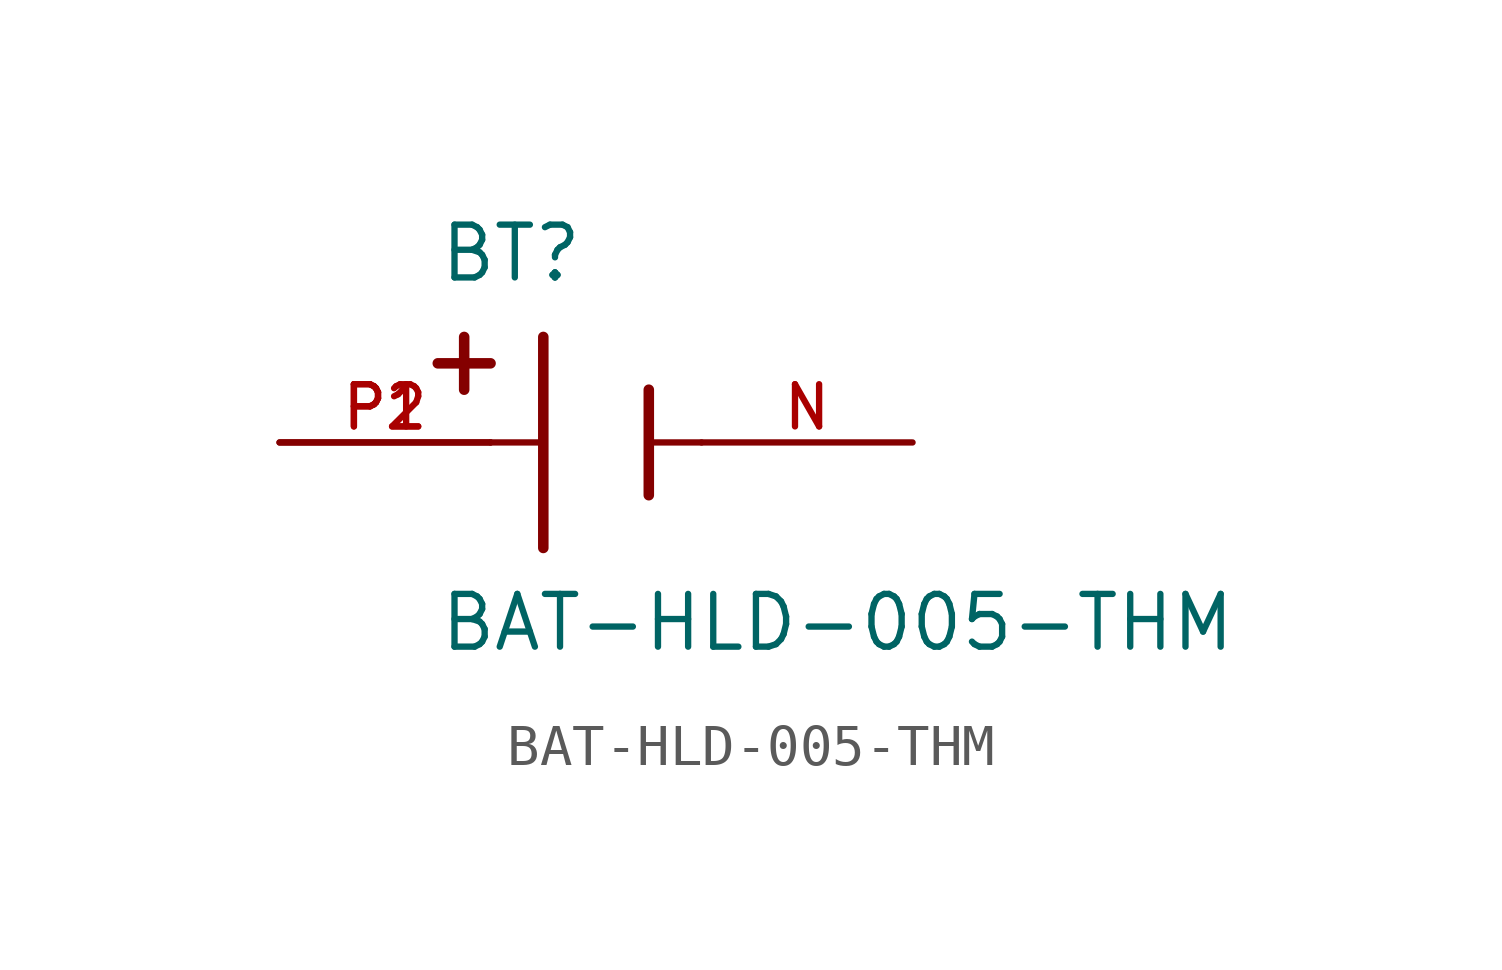
<source format=kicad_sym>
(kicad_symbol_lib
  (version 20211014)
  (generator kicad_symbol_editor)
  (symbol "BAT-HLD-005-THM"
    (pin_names
      (offset 1.016))
    (property "Reference" "BT"
      (at -3.81 3.81 0)
      (effects (font (size 1.27 1.27)) (justify bottom left)))
    (property "Value" "BAT-HLD-005-THM"
      (at -3.81 -5.08 0)
      (effects (font (size 1.27 1.27)) (justify bottom left)))
    (symbol "BAT-HLD-005-THM_0_0"
      (polyline (pts (xy -1.27 2.54) (xy -1.27 -2.54)) (stroke (width 0.254)))
      (polyline (pts (xy 1.27 1.27) (xy 1.27 -1.27)) (stroke (width 0.254)))
      (polyline (pts (xy -1.27 0.0) (xy -2.54 0.0)) (stroke (width 0.152)))
      (polyline (pts (xy 1.27 0.0) (xy 2.54 0.0)) (stroke (width 0.152)))
      (polyline (pts (xy -3.175 2.54) (xy -3.175 1.27)) (stroke (width 0.254)))
      (polyline (pts (xy -3.81 1.905) (xy -2.54 1.905)) (stroke (width 0.254)))
      (pin passive line (at -7.62 0.0 0) (length 5.08) (name "~" (effects (font (size 1.016 1.016)))) (number "P1" (effects (font (size 1.016 1.016)))))
      (pin passive line (at 7.62 0.0 180.0) (length 5.08) (name "~" (effects (font (size 1.016 1.016)))) (number "N" (effects (font (size 1.016 1.016)))))
      (pin passive line (at -7.62 0.0 0) (length 5.08) (name "~" (effects (font (size 1.016 1.016)))) (number "P2" (effects (font (size 1.016 1.016))))))))
</source>
